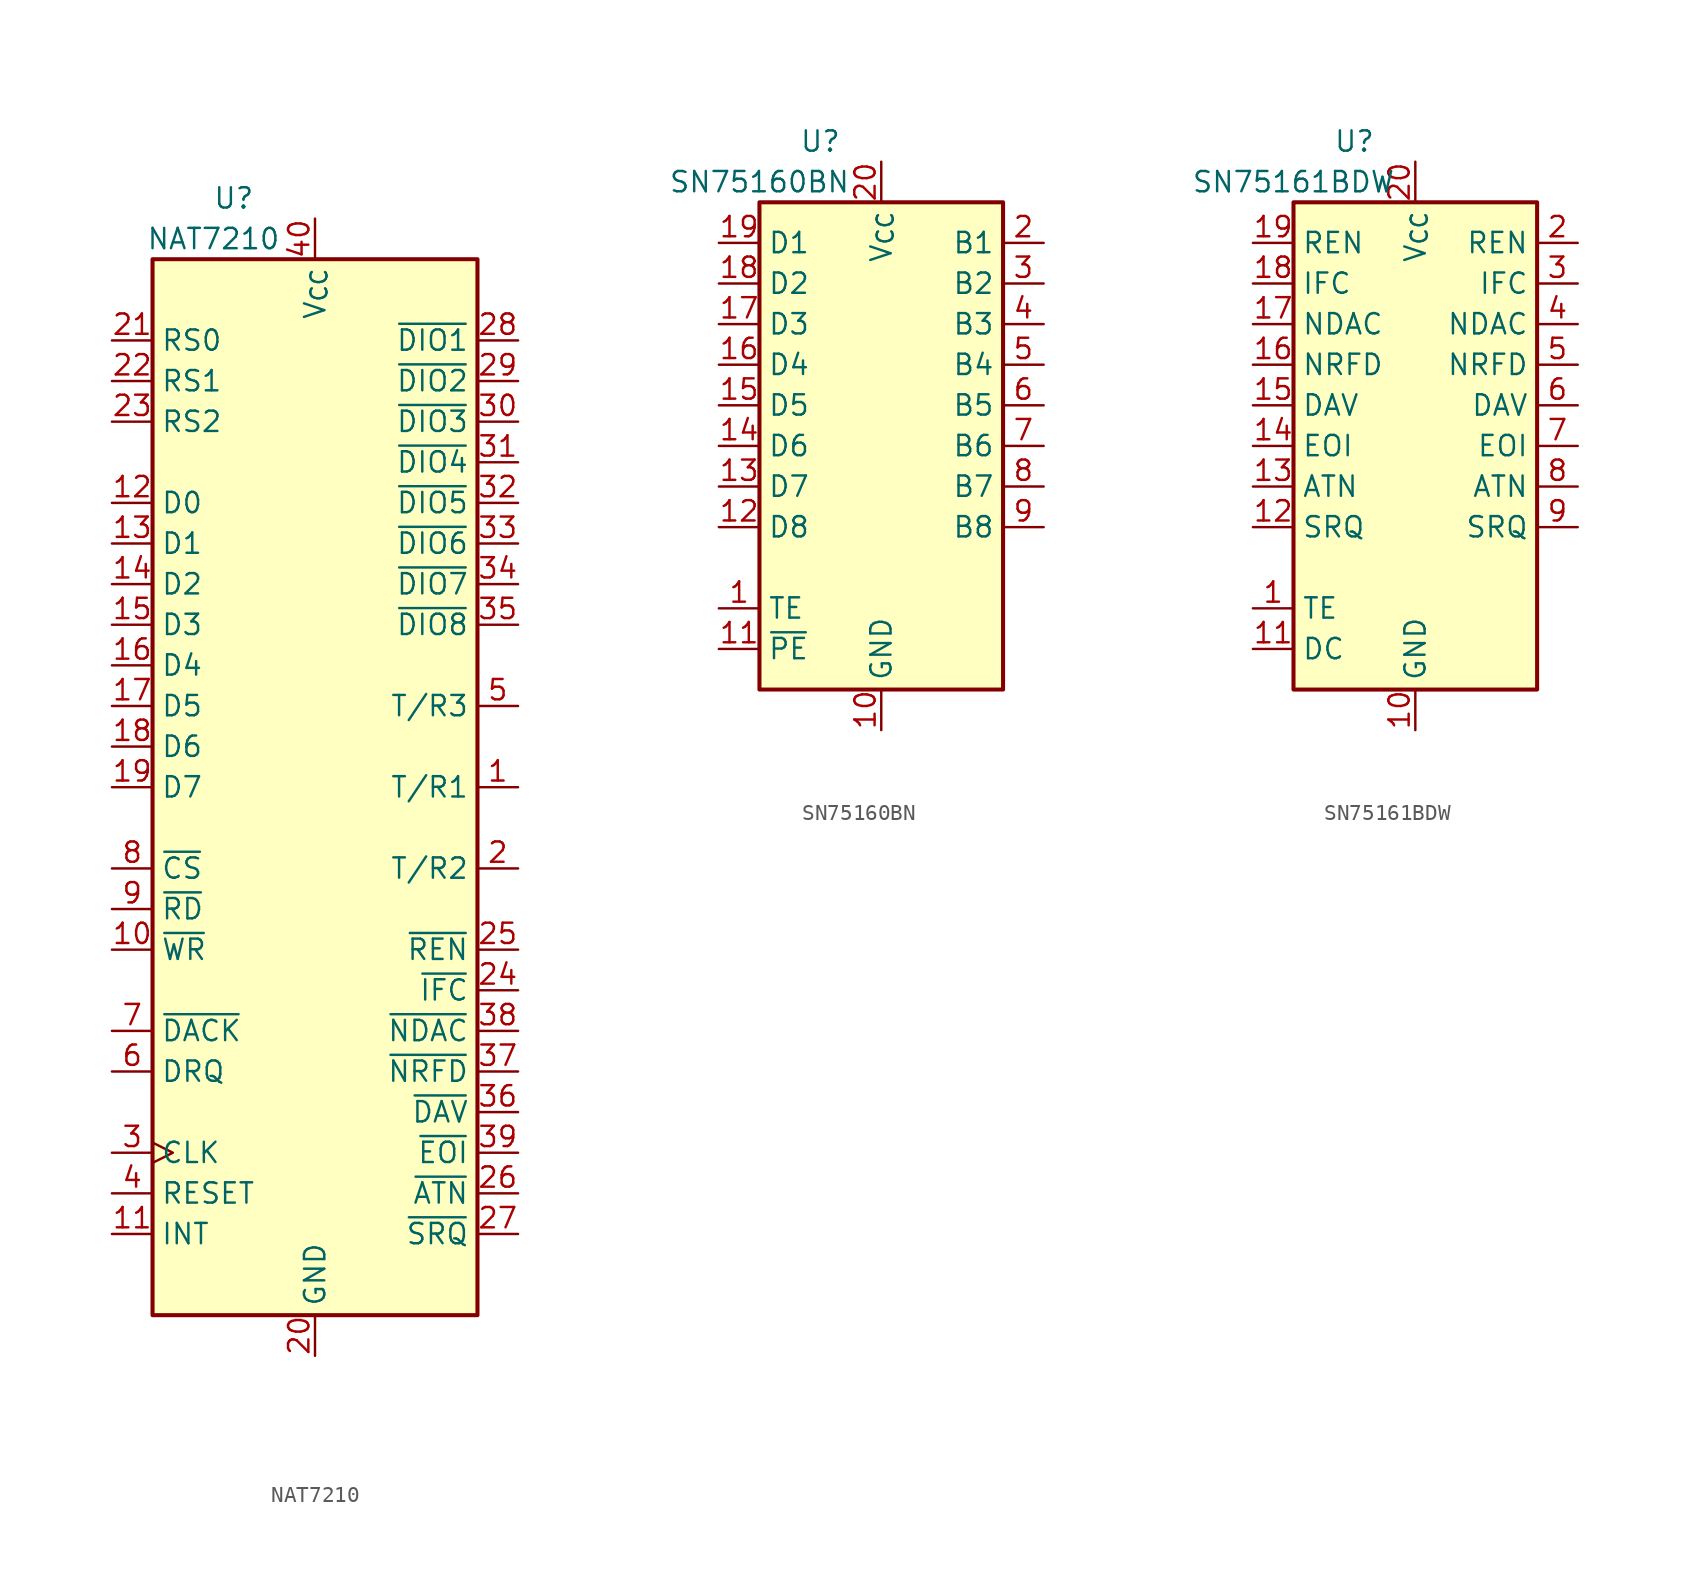
<source format=kicad_sym>
(kicad_symbol_lib
  (version 20231120)
  (generator "kicad_symbol_editor")
  (generator_version "8.0")
  (symbol "NAT7210"
    (property "Reference" "U"
      (at -5.08 36.83 0)
      (effects (font (size 1.27 1.27))))
    (property "Value" "NAT7210"
      (at -6.35 34.29 0)
      (effects (font (size 1.27 1.27))))
    (symbol "NAT7210_0_1"
      (rectangle (start -10.16 33.02) (end 10.16 -33.02) (stroke (width 0.254) (type default)) (fill (type background))))
    (symbol "NAT7210_1_1"
      (pin output line (at 12.7 0 180) (length 2.54) (name "T/R1" (effects (font (size 1.27 1.27)))) (number "1" (effects (font (size 1.27 1.27)))))
      (pin input line (at -12.7 -10.16 0) (length 2.54) (name "~{WR}" (effects (font (size 1.27 1.27)))) (number "10" (effects (font (size 1.27 1.27)))))
      (pin output line (at -12.7 -27.94 0) (length 2.54) (name "INT" (effects (font (size 1.27 1.27)))) (number "11" (effects (font (size 1.27 1.27)))))
      (pin bidirectional line (at -12.7 17.78 0) (length 2.54) (name "D0" (effects (font (size 1.27 1.27)))) (number "12" (effects (font (size 1.27 1.27)))))
      (pin bidirectional line (at -12.7 15.24 0) (length 2.54) (name "D1" (effects (font (size 1.27 1.27)))) (number "13" (effects (font (size 1.27 1.27)))))
      (pin bidirectional line (at -12.7 12.7 0) (length 2.54) (name "D2" (effects (font (size 1.27 1.27)))) (number "14" (effects (font (size 1.27 1.27)))))
      (pin bidirectional line (at -12.7 10.16 0) (length 2.54) (name "D3" (effects (font (size 1.27 1.27)))) (number "15" (effects (font (size 1.27 1.27)))))
      (pin bidirectional line (at -12.7 7.62 0) (length 2.54) (name "D4" (effects (font (size 1.27 1.27)))) (number "16" (effects (font (size 1.27 1.27)))))
      (pin bidirectional line (at -12.7 5.08 0) (length 2.54) (name "D5" (effects (font (size 1.27 1.27)))) (number "17" (effects (font (size 1.27 1.27)))))
      (pin bidirectional line (at -12.7 2.54 0) (length 2.54) (name "D6" (effects (font (size 1.27 1.27)))) (number "18" (effects (font (size 1.27 1.27)))))
      (pin bidirectional line (at -12.7 0 0) (length 2.54) (name "D7" (effects (font (size 1.27 1.27)))) (number "19" (effects (font (size 1.27 1.27)))))
      (pin output line (at 12.7 -5.08 180) (length 2.54) (name "T/R2" (effects (font (size 1.27 1.27)))) (number "2" (effects (font (size 1.27 1.27)))))
      (pin power_in line (at 0 -35.56 90) (length 2.54) (name "GND" (effects (font (size 1.27 1.27)))) (number "20" (effects (font (size 1.27 1.27)))))
      (pin input line (at -12.7 27.94 0) (length 2.54) (name "RS0" (effects (font (size 1.27 1.27)))) (number "21" (effects (font (size 1.27 1.27)))))
      (pin input line (at -12.7 25.4 0) (length 2.54) (name "RS1" (effects (font (size 1.27 1.27)))) (number "22" (effects (font (size 1.27 1.27)))))
      (pin input line (at -12.7 22.86 0) (length 2.54) (name "RS2" (effects (font (size 1.27 1.27)))) (number "23" (effects (font (size 1.27 1.27)))))
      (pin bidirectional line (at 12.7 -12.7 180) (length 2.54) (name "~{IFC}" (effects (font (size 1.27 1.27)))) (number "24" (effects (font (size 1.27 1.27)))))
      (pin bidirectional line (at 12.7 -10.16 180) (length 2.54) (name "~{REN}" (effects (font (size 1.27 1.27)))) (number "25" (effects (font (size 1.27 1.27)))))
      (pin bidirectional line (at 12.7 -25.4 180) (length 2.54) (name "~{ATN}" (effects (font (size 1.27 1.27)))) (number "26" (effects (font (size 1.27 1.27)))))
      (pin bidirectional line (at 12.7 -27.94 180) (length 2.54) (name "~{SRQ}" (effects (font (size 1.27 1.27)))) (number "27" (effects (font (size 1.27 1.27)))))
      (pin bidirectional line (at 12.7 27.94 180) (length 2.54) (name "~{DIO1}" (effects (font (size 1.27 1.27)))) (number "28" (effects (font (size 1.27 1.27)))))
      (pin bidirectional line (at 12.7 25.4 180) (length 2.54) (name "~{DIO2}" (effects (font (size 1.27 1.27)))) (number "29" (effects (font (size 1.27 1.27)))))
      (pin input clock (at -12.7 -22.86 0) (length 2.54) (name "CLK" (effects (font (size 1.27 1.27)))) (number "3" (effects (font (size 1.27 1.27)))))
      (pin bidirectional line (at 12.7 22.86 180) (length 2.54) (name "~{DIO3}" (effects (font (size 1.27 1.27)))) (number "30" (effects (font (size 1.27 1.27)))))
      (pin bidirectional line (at 12.7 20.32 180) (length 2.54) (name "~{DIO4}" (effects (font (size 1.27 1.27)))) (number "31" (effects (font (size 1.27 1.27)))))
      (pin bidirectional line (at 12.7 17.78 180) (length 2.54) (name "~{DIO5}" (effects (font (size 1.27 1.27)))) (number "32" (effects (font (size 1.27 1.27)))))
      (pin bidirectional line (at 12.7 15.24 180) (length 2.54) (name "~{DIO6}" (effects (font (size 1.27 1.27)))) (number "33" (effects (font (size 1.27 1.27)))))
      (pin bidirectional line (at 12.7 12.7 180) (length 2.54) (name "~{DIO7}" (effects (font (size 1.27 1.27)))) (number "34" (effects (font (size 1.27 1.27)))))
      (pin bidirectional line (at 12.7 10.16 180) (length 2.54) (name "~{DIO8}" (effects (font (size 1.27 1.27)))) (number "35" (effects (font (size 1.27 1.27)))))
      (pin bidirectional line (at 12.7 -20.32 180) (length 2.54) (name "~{DAV}" (effects (font (size 1.27 1.27)))) (number "36" (effects (font (size 1.27 1.27)))))
      (pin bidirectional line (at 12.7 -17.78 180) (length 2.54) (name "~{NRFD}" (effects (font (size 1.27 1.27)))) (number "37" (effects (font (size 1.27 1.27)))))
      (pin bidirectional line (at 12.7 -15.24 180) (length 2.54) (name "~{NDAC}" (effects (font (size 1.27 1.27)))) (number "38" (effects (font (size 1.27 1.27)))))
      (pin bidirectional line (at 12.7 -22.86 180) (length 2.54) (name "~{EOI}" (effects (font (size 1.27 1.27)))) (number "39" (effects (font (size 1.27 1.27)))))
      (pin input line (at -12.7 -25.4 0) (length 2.54) (name "RESET" (effects (font (size 1.27 1.27)))) (number "4" (effects (font (size 1.27 1.27)))))
      (pin power_in line (at 0 35.56 270) (length 2.54) (name "V_{CC}" (effects (font (size 1.27 1.27)))) (number "40" (effects (font (size 1.27 1.27)))))
      (pin output line (at 12.7 5.08 180) (length 2.54) (name "T/R3" (effects (font (size 1.27 1.27)))) (number "5" (effects (font (size 1.27 1.27)))))
      (pin output line (at -12.7 -17.78 0) (length 2.54) (name "DRQ" (effects (font (size 1.27 1.27)))) (number "6" (effects (font (size 1.27 1.27)))))
      (pin input line (at -12.7 -15.24 0) (length 2.54) (name "~{DACK}" (effects (font (size 1.27 1.27)))) (number "7" (effects (font (size 1.27 1.27)))))
      (pin input line (at -12.7 -5.08 0) (length 2.54) (name "~{CS}" (effects (font (size 1.27 1.27)))) (number "8" (effects (font (size 1.27 1.27)))))
      (pin input line (at -12.7 -7.62 0) (length 2.54) (name "~{RD}" (effects (font (size 1.27 1.27)))) (number "9" (effects (font (size 1.27 1.27)))))))
  (symbol "SN75160BN"
    (property "Reference" "U"
      (at -3.81 19.05 0)
      (effects (font (size 1.27 1.27))))
    (property "Value" "SN75160BN"
      (at -7.62 16.51 0)
      (effects (font (size 1.27 1.27))))
    (symbol "SN75160BN_1_1"
      (rectangle (start -7.62 15.24) (end 7.62 -15.24) (stroke (width 0.254) (type default)) (fill (type background)))
      (pin input line (at -10.16 -10.16 0) (length 2.54) (name "TE" (effects (font (size 1.27 1.27)))) (number "1" (effects (font (size 1.27 1.27)))))
      (pin power_in line (at 0 -17.78 90) (length 2.54) (name "GND" (effects (font (size 1.27 1.27)))) (number "10" (effects (font (size 1.27 1.27)))))
      (pin input line (at -10.16 -12.7 0) (length 2.54) (name "~{PE}" (effects (font (size 1.27 1.27)))) (number "11" (effects (font (size 1.27 1.27)))))
      (pin bidirectional line (at -10.16 -5.08 0) (length 2.54) (name "D8" (effects (font (size 1.27 1.27)))) (number "12" (effects (font (size 1.27 1.27)))))
      (pin bidirectional line (at -10.16 -2.54 0) (length 2.54) (name "D7" (effects (font (size 1.27 1.27)))) (number "13" (effects (font (size 1.27 1.27)))))
      (pin bidirectional line (at -10.16 0 0) (length 2.54) (name "D6" (effects (font (size 1.27 1.27)))) (number "14" (effects (font (size 1.27 1.27)))))
      (pin bidirectional line (at -10.16 2.54 0) (length 2.54) (name "D5" (effects (font (size 1.27 1.27)))) (number "15" (effects (font (size 1.27 1.27)))))
      (pin bidirectional line (at -10.16 5.08 0) (length 2.54) (name "D4" (effects (font (size 1.27 1.27)))) (number "16" (effects (font (size 1.27 1.27)))))
      (pin bidirectional line (at -10.16 7.62 0) (length 2.54) (name "D3" (effects (font (size 1.27 1.27)))) (number "17" (effects (font (size 1.27 1.27)))))
      (pin bidirectional line (at -10.16 10.16 0) (length 2.54) (name "D2" (effects (font (size 1.27 1.27)))) (number "18" (effects (font (size 1.27 1.27)))))
      (pin bidirectional line (at -10.16 12.7 0) (length 2.54) (name "D1" (effects (font (size 1.27 1.27)))) (number "19" (effects (font (size 1.27 1.27)))))
      (pin bidirectional line (at 10.16 12.7 180) (length 2.54) (name "B1" (effects (font (size 1.27 1.27)))) (number "2" (effects (font (size 1.27 1.27)))))
      (pin power_in line (at 0 17.78 270) (length 2.54) (name "V_{CC}" (effects (font (size 1.27 1.27)))) (number "20" (effects (font (size 1.27 1.27)))))
      (pin bidirectional line (at 10.16 10.16 180) (length 2.54) (name "B2" (effects (font (size 1.27 1.27)))) (number "3" (effects (font (size 1.27 1.27)))))
      (pin bidirectional line (at 10.16 7.62 180) (length 2.54) (name "B3" (effects (font (size 1.27 1.27)))) (number "4" (effects (font (size 1.27 1.27)))))
      (pin bidirectional line (at 10.16 5.08 180) (length 2.54) (name "B4" (effects (font (size 1.27 1.27)))) (number "5" (effects (font (size 1.27 1.27)))))
      (pin bidirectional line (at 10.16 2.54 180) (length 2.54) (name "B5" (effects (font (size 1.27 1.27)))) (number "6" (effects (font (size 1.27 1.27)))))
      (pin bidirectional line (at 10.16 0 180) (length 2.54) (name "B6" (effects (font (size 1.27 1.27)))) (number "7" (effects (font (size 1.27 1.27)))))
      (pin bidirectional line (at 10.16 -2.54 180) (length 2.54) (name "B7" (effects (font (size 1.27 1.27)))) (number "8" (effects (font (size 1.27 1.27)))))
      (pin bidirectional line (at 10.16 -5.08 180) (length 2.54) (name "B8" (effects (font (size 1.27 1.27)))) (number "9" (effects (font (size 1.27 1.27)))))))
  (symbol "SN75161BDW"
    (property "Reference" "U"
      (at -3.81 19.05 0)
      (effects (font (size 1.27 1.27))))
    (property "Value" "SN75161BDW"
      (at -7.62 16.51 0)
      (effects (font (size 1.27 1.27))))
    (symbol "SN75161BDW_0_1"
      (rectangle (start -7.62 15.24) (end 7.62 -15.24) (stroke (width 0.254) (type default)) (fill (type background))))
    (symbol "SN75161BDW_1_1"
      (pin input line (at -10.16 -10.16 0) (length 2.54) (name "TE" (effects (font (size 1.27 1.27)))) (number "1" (effects (font (size 1.27 1.27)))))
      (pin power_in line (at 0 -17.78 90) (length 2.54) (name "GND" (effects (font (size 1.27 1.27)))) (number "10" (effects (font (size 1.27 1.27)))))
      (pin input line (at -10.16 -12.7 0) (length 2.54) (name "DC" (effects (font (size 1.27 1.27)))) (number "11" (effects (font (size 1.27 1.27)))))
      (pin bidirectional line (at -10.16 -5.08 0) (length 2.54) (name "SRQ" (effects (font (size 1.27 1.27)))) (number "12" (effects (font (size 1.27 1.27)))))
      (pin bidirectional line (at -10.16 -2.54 0) (length 2.54) (name "ATN" (effects (font (size 1.27 1.27)))) (number "13" (effects (font (size 1.27 1.27)))))
      (pin bidirectional line (at -10.16 0 0) (length 2.54) (name "EOI" (effects (font (size 1.27 1.27)))) (number "14" (effects (font (size 1.27 1.27)))))
      (pin bidirectional line (at -10.16 2.54 0) (length 2.54) (name "DAV" (effects (font (size 1.27 1.27)))) (number "15" (effects (font (size 1.27 1.27)))))
      (pin bidirectional line (at -10.16 5.08 0) (length 2.54) (name "NRFD" (effects (font (size 1.27 1.27)))) (number "16" (effects (font (size 1.27 1.27)))))
      (pin bidirectional line (at -10.16 7.62 0) (length 2.54) (name "NDAC" (effects (font (size 1.27 1.27)))) (number "17" (effects (font (size 1.27 1.27)))))
      (pin bidirectional line (at -10.16 10.16 0) (length 2.54) (name "IFC" (effects (font (size 1.27 1.27)))) (number "18" (effects (font (size 1.27 1.27)))))
      (pin bidirectional line (at -10.16 12.7 0) (length 2.54) (name "REN" (effects (font (size 1.27 1.27)))) (number "19" (effects (font (size 1.27 1.27)))))
      (pin bidirectional line (at 10.16 12.7 180) (length 2.54) (name "REN" (effects (font (size 1.27 1.27)))) (number "2" (effects (font (size 1.27 1.27)))))
      (pin power_in line (at 0 17.78 270) (length 2.54) (name "V_{CC}" (effects (font (size 1.27 1.27)))) (number "20" (effects (font (size 1.27 1.27)))))
      (pin bidirectional line (at 10.16 10.16 180) (length 2.54) (name "IFC" (effects (font (size 1.27 1.27)))) (number "3" (effects (font (size 1.27 1.27)))))
      (pin bidirectional line (at 10.16 7.62 180) (length 2.54) (name "NDAC" (effects (font (size 1.27 1.27)))) (number "4" (effects (font (size 1.27 1.27)))))
      (pin bidirectional line (at 10.16 5.08 180) (length 2.54) (name "NRFD" (effects (font (size 1.27 1.27)))) (number "5" (effects (font (size 1.27 1.27)))))
      (pin bidirectional line (at 10.16 2.54 180) (length 2.54) (name "DAV" (effects (font (size 1.27 1.27)))) (number "6" (effects (font (size 1.27 1.27)))))
      (pin bidirectional line (at 10.16 0 180) (length 2.54) (name "EOI" (effects (font (size 1.27 1.27)))) (number "7" (effects (font (size 1.27 1.27)))))
      (pin bidirectional line (at 10.16 -2.54 180) (length 2.54) (name "ATN" (effects (font (size 1.27 1.27)))) (number "8" (effects (font (size 1.27 1.27)))))
      (pin bidirectional line (at 10.16 -5.08 180) (length 2.54) (name "SRQ" (effects (font (size 1.27 1.27)))) (number "9" (effects (font (size 1.27 1.27))))))))
</source>
